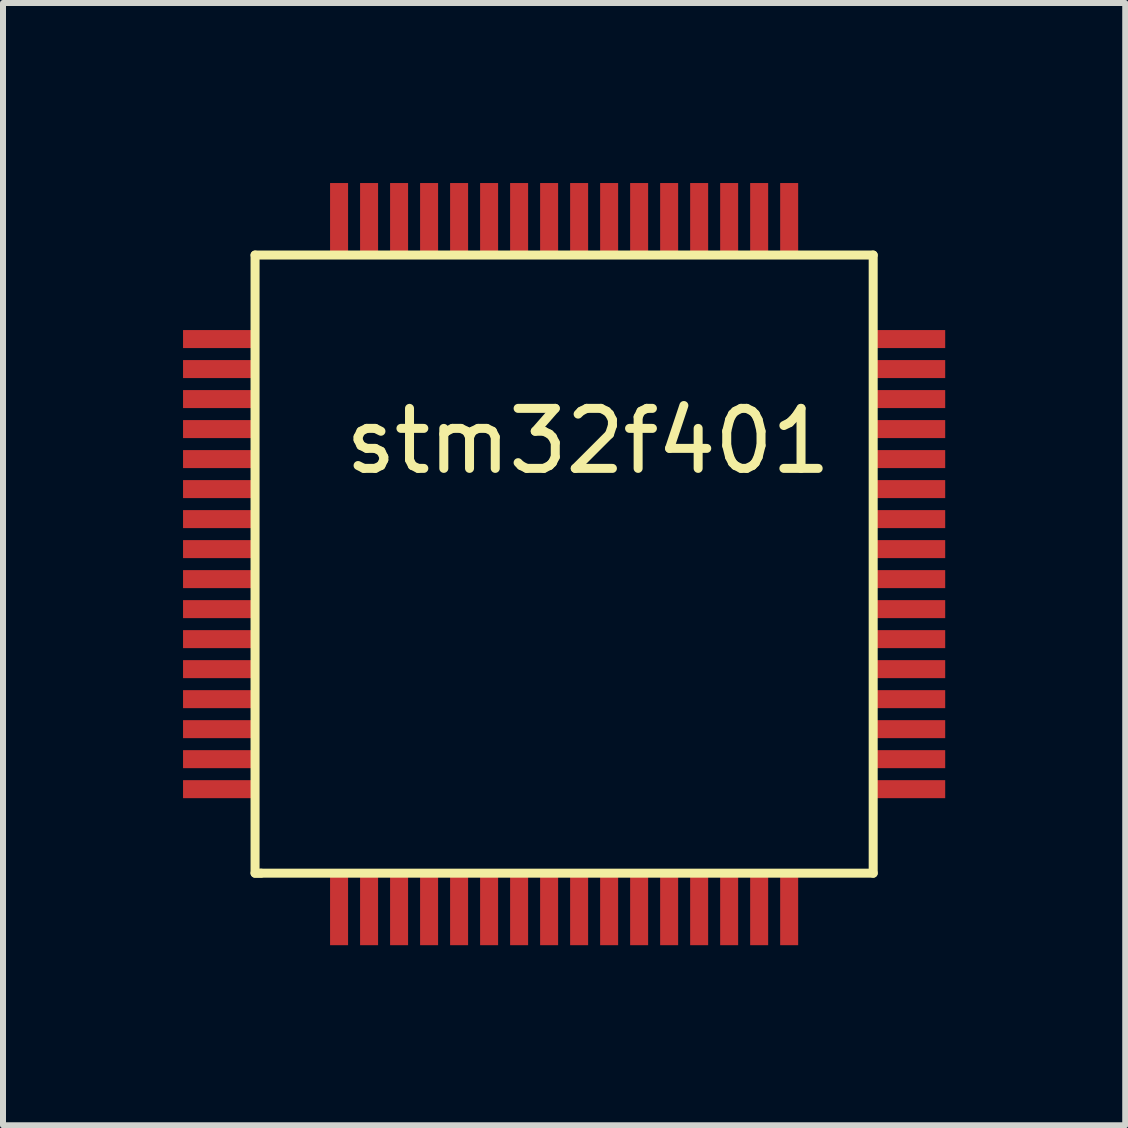
<source format=kicad_pcb>
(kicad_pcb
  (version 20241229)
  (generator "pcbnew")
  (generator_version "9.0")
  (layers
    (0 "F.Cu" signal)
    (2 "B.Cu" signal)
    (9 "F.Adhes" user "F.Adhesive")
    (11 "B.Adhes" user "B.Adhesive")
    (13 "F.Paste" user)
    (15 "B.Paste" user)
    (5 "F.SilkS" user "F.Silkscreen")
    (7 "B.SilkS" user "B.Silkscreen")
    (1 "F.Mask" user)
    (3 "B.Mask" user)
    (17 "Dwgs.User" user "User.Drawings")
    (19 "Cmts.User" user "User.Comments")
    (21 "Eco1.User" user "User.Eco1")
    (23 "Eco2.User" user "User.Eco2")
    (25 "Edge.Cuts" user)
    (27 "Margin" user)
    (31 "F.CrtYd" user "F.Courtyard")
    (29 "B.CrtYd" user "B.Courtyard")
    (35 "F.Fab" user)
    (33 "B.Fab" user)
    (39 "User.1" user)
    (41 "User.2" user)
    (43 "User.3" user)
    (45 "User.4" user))
  (footprint "stm32f401"
    (layer "F.Cu")
    (at 6.35 6.35)
    (property "Reference" "stm32f401" (at 0.4 -2.05 0) (layer "F.SilkS") (effects (font (size 1 1) (thickness 0.15))))
    (attr through_hole)
    (fp_line (start -5.15 -5.15) (end 5.15 -5.15) (stroke (width 0.15) (type solid)) (layer "F.SilkS"))
    (fp_line (start -5.15 5.15) (end -5.15 -5.15) (stroke (width 0.15) (type solid)) (layer "F.SilkS"))
    (fp_line (start -5.1 5.15) (end -5.15 5.15) (stroke (width 0.15) (type solid)) (layer "F.SilkS"))
    (fp_line (start -5.05 5.15) (end -5.1 5.15) (stroke (width 0.15) (type solid)) (layer "F.SilkS"))
    (fp_line (start 5.15 -5.15) (end 5.15 5.15) (stroke (width 0.15) (type solid)) (layer "F.SilkS"))
    (fp_line (start 5.15 5.15) (end -5.05 5.15) (stroke (width 0.15) (type solid)) (layer "F.SilkS"))
    (pad "1" smd rect (at -3.75 5.75) (size 0.3 1.2) (layers "F.Cu" "F.Mask" "F.Paste"))
    (pad "2" smd rect (at -3.25 5.75) (size 0.3 1.2) (layers "F.Cu" "F.Mask" "F.Paste"))
    (pad "3" smd rect (at -2.75 5.75) (size 0.3 1.2) (layers "F.Cu" "F.Mask" "F.Paste"))
    (pad "4" smd rect (at -2.25 5.75) (size 0.3 1.2) (layers "F.Cu" "F.Mask" "F.Paste"))
    (pad "5" smd rect (at -1.75 5.75) (size 0.3 1.2) (layers "F.Cu" "F.Mask" "F.Paste"))
    (pad "6" smd rect (at -1.25 5.75) (size 0.3 1.2) (layers "F.Cu" "F.Mask" "F.Paste"))
    (pad "7" smd rect (at -0.75 5.75) (size 0.3 1.2) (layers "F.Cu" "F.Mask" "F.Paste"))
    (pad "8" smd rect (at -0.25 5.75) (size 0.3 1.2) (layers "F.Cu" "F.Mask" "F.Paste"))
    (pad "9" smd rect (at 0.25 5.75) (size 0.3 1.2) (layers "F.Cu" "F.Mask" "F.Paste"))
    (pad "10" smd rect (at 0.75 5.75) (size 0.3 1.2) (layers "F.Cu" "F.Mask" "F.Paste"))
    (pad "11" smd rect (at 1.25 5.75) (size 0.3 1.2) (layers "F.Cu" "F.Mask" "F.Paste"))
    (pad "12" smd rect (at 1.75 5.75) (size 0.3 1.2) (layers "F.Cu" "F.Mask" "F.Paste"))
    (pad "13" smd rect (at 2.25 5.75) (size 0.3 1.2) (layers "F.Cu" "F.Mask" "F.Paste"))
    (pad "14" smd rect (at 2.75 5.75) (size 0.3 1.2) (layers "F.Cu" "F.Mask" "F.Paste"))
    (pad "15" smd rect (at 3.25 5.75) (size 0.3 1.2) (layers "F.Cu" "F.Mask" "F.Paste"))
    (pad "16" smd rect (at 3.75 5.75) (size 0.3 1.2) (layers "F.Cu" "F.Mask" "F.Paste"))
    (pad "17" smd rect (at 5.75 3.75) (size 1.2 0.3) (layers "F.Cu" "F.Mask" "F.Paste"))
    (pad "18" smd rect (at 5.75 3.25) (size 1.2 0.3) (layers "F.Cu" "F.Mask" "F.Paste"))
    (pad "19" smd rect (at 5.75 2.75) (size 1.2 0.3) (layers "F.Cu" "F.Mask" "F.Paste"))
    (pad "20" smd rect (at 5.75 2.25) (size 1.2 0.3) (layers "F.Cu" "F.Mask" "F.Paste"))
    (pad "21" smd rect (at 5.75 1.75) (size 1.2 0.3) (layers "F.Cu" "F.Mask" "F.Paste"))
    (pad "22" smd rect (at 5.75 1.25) (size 1.2 0.3) (layers "F.Cu" "F.Mask" "F.Paste"))
    (pad "23" smd rect (at 5.75 0.75) (size 1.2 0.3) (layers "F.Cu" "F.Mask" "F.Paste"))
    (pad "24" smd rect (at 5.75 0.25) (size 1.2 0.3) (layers "F.Cu" "F.Mask" "F.Paste"))
    (pad "25" smd rect (at 5.75 -0.25) (size 1.2 0.3) (layers "F.Cu" "F.Mask" "F.Paste"))
    (pad "26" smd rect (at 5.75 -0.75) (size 1.2 0.3) (layers "F.Cu" "F.Mask" "F.Paste"))
    (pad "27" smd rect (at 5.75 -1.25) (size 1.2 0.3) (layers "F.Cu" "F.Mask" "F.Paste"))
    (pad "28" smd rect (at 5.75 -1.75) (size 1.2 0.3) (layers "F.Cu" "F.Mask" "F.Paste"))
    (pad "29" smd rect (at 5.75 -2.25) (size 1.2 0.3) (layers "F.Cu" "F.Mask" "F.Paste"))
    (pad "30" smd rect (at 5.75 -2.75) (size 1.2 0.3) (layers "F.Cu" "F.Mask" "F.Paste"))
    (pad "31" smd rect (at 5.75 -3.25) (size 1.2 0.3) (layers "F.Cu" "F.Mask" "F.Paste"))
    (pad "32" smd rect (at 5.75 -3.75) (size 1.2 0.3) (layers "F.Cu" "F.Mask" "F.Paste"))
    (pad "33" smd rect (at 3.75 -5.75) (size 0.3 1.2) (layers "F.Cu" "F.Mask" "F.Paste"))
    (pad "34" smd rect (at 3.25 -5.75) (size 0.3 1.2) (layers "F.Cu" "F.Mask" "F.Paste"))
    (pad "35" smd rect (at 2.75 -5.75) (size 0.3 1.2) (layers "F.Cu" "F.Mask" "F.Paste"))
    (pad "36" smd rect (at 2.25 -5.75) (size 0.3 1.2) (layers "F.Cu" "F.Mask" "F.Paste"))
    (pad "37" smd rect (at 1.75 -5.75) (size 0.3 1.2) (layers "F.Cu" "F.Mask" "F.Paste"))
    (pad "38" smd rect (at 1.25 -5.75) (size 0.3 1.2) (layers "F.Cu" "F.Mask" "F.Paste"))
    (pad "39" smd rect (at 0.75 -5.75) (size 0.3 1.2) (layers "F.Cu" "F.Mask" "F.Paste"))
    (pad "40" smd rect (at 0.25 -5.75) (size 0.3 1.2) (layers "F.Cu" "F.Mask" "F.Paste"))
    (pad "41" smd rect (at -0.25 -5.75) (size 0.3 1.2) (layers "F.Cu" "F.Mask" "F.Paste"))
    (pad "42" smd rect (at -0.75 -5.75) (size 0.3 1.2) (layers "F.Cu" "F.Mask" "F.Paste"))
    (pad "43" smd rect (at -1.25 -5.75) (size 0.3 1.2) (layers "F.Cu" "F.Mask" "F.Paste"))
    (pad "44" smd rect (at -1.75 -5.75) (size 0.3 1.2) (layers "F.Cu" "F.Mask" "F.Paste"))
    (pad "45" smd rect (at -2.25 -5.75) (size 0.3 1.2) (layers "F.Cu" "F.Mask" "F.Paste"))
    (pad "46" smd rect (at -2.75 -5.75) (size 0.3 1.2) (layers "F.Cu" "F.Mask" "F.Paste"))
    (pad "47" smd rect (at -3.25 -5.75) (size 0.3 1.2) (layers "F.Cu" "F.Mask" "F.Paste"))
    (pad "48" smd rect (at -3.75 -5.75) (size 0.3 1.2) (layers "F.Cu" "F.Mask" "F.Paste"))
    (pad "49" smd rect (at -5.75 -3.75) (size 1.2 0.3) (layers "F.Cu" "F.Mask" "F.Paste"))
    (pad "50" smd rect (at -5.75 -3.25) (size 1.2 0.3) (layers "F.Cu" "F.Mask" "F.Paste"))
    (pad "51" smd rect (at -5.75 -2.75) (size 1.2 0.3) (layers "F.Cu" "F.Mask" "F.Paste"))
    (pad "52" smd rect (at -5.75 -2.25) (size 1.2 0.3) (layers "F.Cu" "F.Mask" "F.Paste"))
    (pad "53" smd rect (at -5.75 -1.75) (size 1.2 0.3) (layers "F.Cu" "F.Mask" "F.Paste"))
    (pad "54" smd rect (at -5.75 -1.25) (size 1.2 0.3) (layers "F.Cu" "F.Mask" "F.Paste"))
    (pad "55" smd rect (at -5.75 -0.75) (size 1.2 0.3) (layers "F.Cu" "F.Mask" "F.Paste"))
    (pad "56" smd rect (at -5.75 -0.25) (size 1.2 0.3) (layers "F.Cu" "F.Mask" "F.Paste"))
    (pad "57" smd rect (at -5.75 0.25) (size 1.2 0.3) (layers "F.Cu" "F.Mask" "F.Paste"))
    (pad "58" smd rect (at -5.75 0.75) (size 1.2 0.3) (layers "F.Cu" "F.Mask" "F.Paste"))
    (pad "59" smd rect (at -5.75 1.25) (size 1.2 0.3) (layers "F.Cu" "F.Mask" "F.Paste"))
    (pad "60" smd rect (at -5.75 1.75) (size 1.2 0.3) (layers "F.Cu" "F.Mask" "F.Paste"))
    (pad "61" smd rect (at -5.75 2.25) (size 1.2 0.3) (layers "F.Cu" "F.Mask" "F.Paste"))
    (pad "62" smd rect (at -5.75 2.75) (size 1.2 0.3) (layers "F.Cu" "F.Mask" "F.Paste"))
    (pad "63" smd rect (at -5.75 3.25) (size 1.2 0.3) (layers "F.Cu" "F.Mask" "F.Paste"))
    (pad "64" smd rect (at -5.75 3.75) (size 1.2 0.3) (layers "F.Cu" "F.Mask" "F.Paste")))
  (gr_rect
    (start -3 -3)
    (end 15.7 15.7)
    (stroke (width 0.1) (type default))
    (fill no)
    (layer "Edge.Cuts")))
</source>
